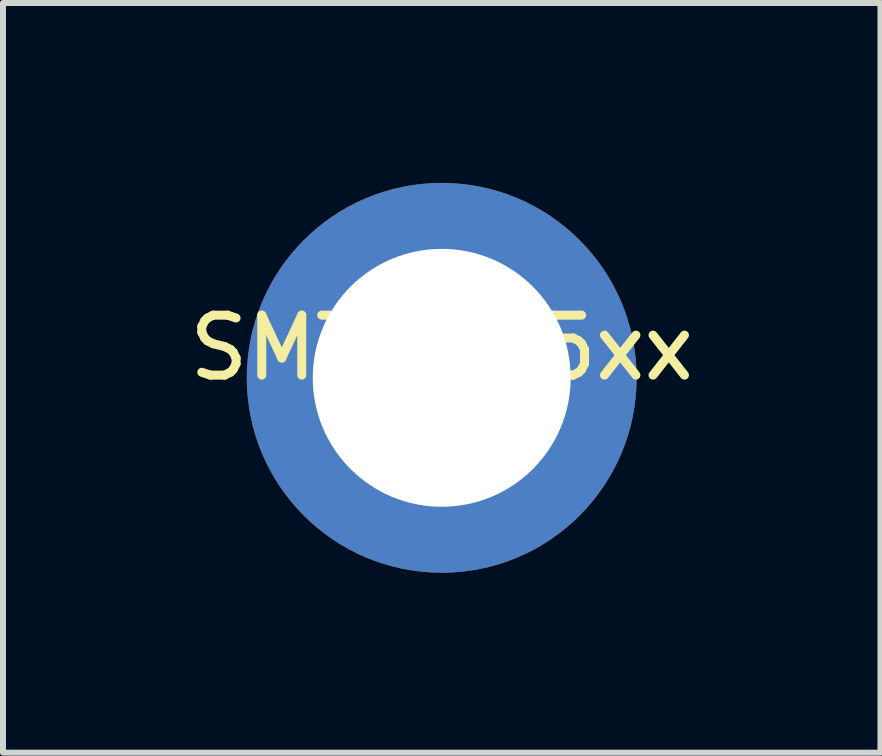
<source format=kicad_pcb>
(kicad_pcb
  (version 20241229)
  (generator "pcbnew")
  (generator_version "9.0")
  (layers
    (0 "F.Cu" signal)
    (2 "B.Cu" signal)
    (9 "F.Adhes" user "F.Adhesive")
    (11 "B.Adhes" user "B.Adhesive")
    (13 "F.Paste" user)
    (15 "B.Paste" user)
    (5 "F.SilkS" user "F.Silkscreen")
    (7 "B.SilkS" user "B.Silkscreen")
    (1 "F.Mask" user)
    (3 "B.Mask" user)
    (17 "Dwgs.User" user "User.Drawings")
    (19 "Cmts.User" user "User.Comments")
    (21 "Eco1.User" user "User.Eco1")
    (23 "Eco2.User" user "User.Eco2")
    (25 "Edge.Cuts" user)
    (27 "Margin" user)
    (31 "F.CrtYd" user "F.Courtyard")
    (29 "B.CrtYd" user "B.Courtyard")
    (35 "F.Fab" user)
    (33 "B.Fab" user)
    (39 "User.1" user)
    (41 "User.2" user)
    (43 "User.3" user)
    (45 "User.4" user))
  (footprint "SMTSO25xx"
    (layer "F.Cu")
    (at 4.315 3.25)
    (property "Reference" "SMTSO25xx" (at 0 -0.5 0) (unlocked yes) (layer "F.SilkS") (effects (font (size 1 1) (thickness 0.15))))
    (attr through_hole)
    (pad "1" thru_hole circle (at 0 0) (size 6.5 6.5) (drill 4.3) (layers "*.Cu" "*.Mask")))
  (gr_rect
    (start -3 -3)
    (end 11.631 9.5)
    (stroke (width 0.1) (type default))
    (fill no)
    (layer "Edge.Cuts")))
</source>
